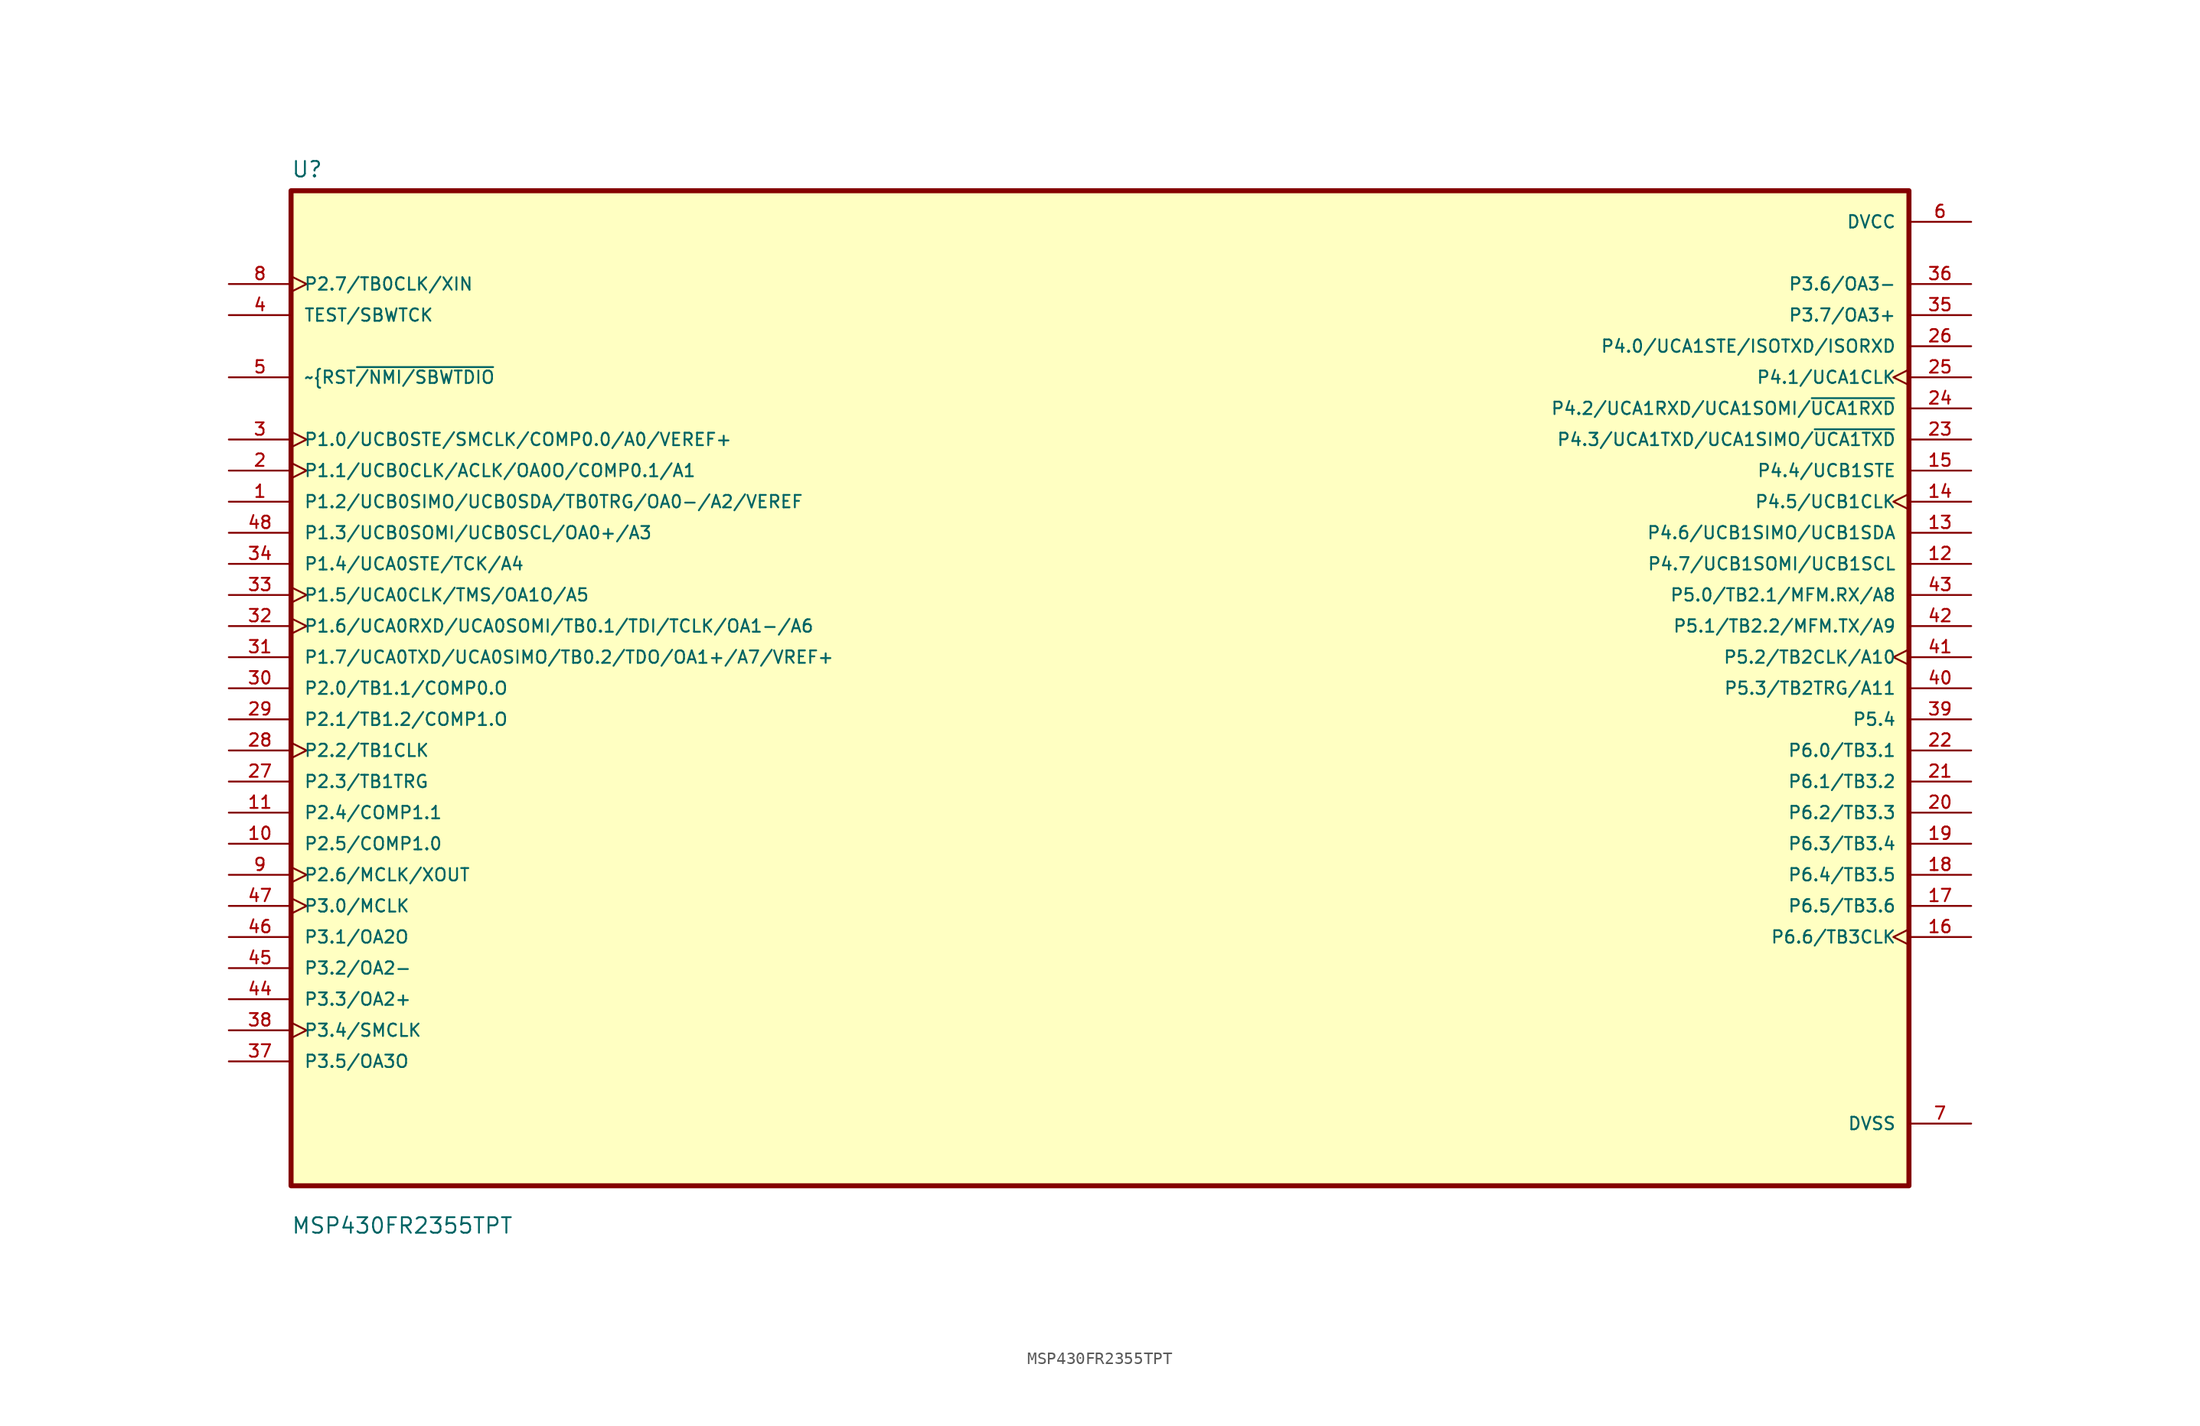
<source format=kicad_sym>
(kicad_symbol_lib
  (version 20211014)
  (generator kicad_symbol_editor)
  (symbol "MSP430FR2355TPT"
    (pin_names
      (offset 1.016))
    (property "Reference" "U"
      (at -66.04 41.64 0)
      (effects (font (size 1.27 1.27)) (justify left bottom)))
    (property "Value" "MSP430FR2355TPT"
      (at -66.04 -44.64 0)
      (effects (font (size 1.27 1.27)) (justify left bottom)))
    (symbol "MSP430FR2355TPT_0_0"
      (rectangle (start -66.04 -40.64) (end 66.04 40.64) (stroke (width 0.41) (type default) (color 0 0 0 0)) (fill (type background)))
      (pin bidirectional line (at -71.12 15.24 0) (length 5.08) (name "P1.2/UCB0SIMO/UCB0SDA/TB0TRG/OA0-/A2/VEREF" (effects (font (size 1.016 1.016)))) (number "1" (effects (font (size 1.016 1.016)))))
      (pin bidirectional line (at -71.12 -12.7 0) (length 5.08) (name "P2.5/COMP1.0" (effects (font (size 1.016 1.016)))) (number "10" (effects (font (size 1.016 1.016)))))
      (pin bidirectional line (at -71.12 -10.16 0) (length 5.08) (name "P2.4/COMP1.1" (effects (font (size 1.016 1.016)))) (number "11" (effects (font (size 1.016 1.016)))))
      (pin bidirectional line (at 71.12 10.16 180) (length 5.08) (name "P4.7/UCB1SOMI/UCB1SCL" (effects (font (size 1.016 1.016)))) (number "12" (effects (font (size 1.016 1.016)))))
      (pin bidirectional line (at 71.12 12.7 180) (length 5.08) (name "P4.6/UCB1SIMO/UCB1SDA" (effects (font (size 1.016 1.016)))) (number "13" (effects (font (size 1.016 1.016)))))
      (pin bidirectional clock (at 71.12 15.24 180) (length 5.08) (name "P4.5/UCB1CLK" (effects (font (size 1.016 1.016)))) (number "14" (effects (font (size 1.016 1.016)))))
      (pin bidirectional line (at 71.12 17.78 180) (length 5.08) (name "P4.4/UCB1STE" (effects (font (size 1.016 1.016)))) (number "15" (effects (font (size 1.016 1.016)))))
      (pin bidirectional clock (at 71.12 -20.32 180) (length 5.08) (name "P6.6/TB3CLK" (effects (font (size 1.016 1.016)))) (number "16" (effects (font (size 1.016 1.016)))))
      (pin bidirectional line (at 71.12 -17.78 180) (length 5.08) (name "P6.5/TB3.6" (effects (font (size 1.016 1.016)))) (number "17" (effects (font (size 1.016 1.016)))))
      (pin bidirectional line (at 71.12 -15.24 180) (length 5.08) (name "P6.4/TB3.5" (effects (font (size 1.016 1.016)))) (number "18" (effects (font (size 1.016 1.016)))))
      (pin bidirectional line (at 71.12 -12.7 180) (length 5.08) (name "P6.3/TB3.4" (effects (font (size 1.016 1.016)))) (number "19" (effects (font (size 1.016 1.016)))))
      (pin bidirectional clock (at -71.12 17.78 0) (length 5.08) (name "P1.1/UCB0CLK/ACLK/OA0O/COMP0.1/A1" (effects (font (size 1.016 1.016)))) (number "2" (effects (font (size 1.016 1.016)))))
      (pin bidirectional line (at 71.12 -10.16 180) (length 5.08) (name "P6.2/TB3.3" (effects (font (size 1.016 1.016)))) (number "20" (effects (font (size 1.016 1.016)))))
      (pin bidirectional line (at 71.12 -7.62 180) (length 5.08) (name "P6.1/TB3.2" (effects (font (size 1.016 1.016)))) (number "21" (effects (font (size 1.016 1.016)))))
      (pin bidirectional line (at 71.12 -5.08 180) (length 5.08) (name "P6.0/TB3.1" (effects (font (size 1.016 1.016)))) (number "22" (effects (font (size 1.016 1.016)))))
      (pin bidirectional line (at 71.12 20.32 180) (length 5.08) (name "P4.3/UCA1TXD/UCA1SIMO/~{UCA1TXD}" (effects (font (size 1.016 1.016)))) (number "23" (effects (font (size 1.016 1.016)))))
      (pin bidirectional line (at 71.12 22.86 180) (length 5.08) (name "P4.2/UCA1RXD/UCA1SOMI/~{UCA1RXD}" (effects (font (size 1.016 1.016)))) (number "24" (effects (font (size 1.016 1.016)))))
      (pin bidirectional clock (at 71.12 25.4 180) (length 5.08) (name "P4.1/UCA1CLK" (effects (font (size 1.016 1.016)))) (number "25" (effects (font (size 1.016 1.016)))))
      (pin bidirectional line (at 71.12 27.94 180) (length 5.08) (name "P4.0/UCA1STE/ISOTXD/ISORXD" (effects (font (size 1.016 1.016)))) (number "26" (effects (font (size 1.016 1.016)))))
      (pin bidirectional line (at -71.12 -7.62 0) (length 5.08) (name "P2.3/TB1TRG" (effects (font (size 1.016 1.016)))) (number "27" (effects (font (size 1.016 1.016)))))
      (pin bidirectional clock (at -71.12 -5.08 0) (length 5.08) (name "P2.2/TB1CLK" (effects (font (size 1.016 1.016)))) (number "28" (effects (font (size 1.016 1.016)))))
      (pin bidirectional line (at -71.12 -2.54 0) (length 5.08) (name "P2.1/TB1.2/COMP1.O" (effects (font (size 1.016 1.016)))) (number "29" (effects (font (size 1.016 1.016)))))
      (pin bidirectional clock (at -71.12 20.32 0) (length 5.08) (name "P1.0/UCB0STE/SMCLK/COMP0.0/A0/VEREF+" (effects (font (size 1.016 1.016)))) (number "3" (effects (font (size 1.016 1.016)))))
      (pin bidirectional line (at -71.12 0 0) (length 5.08) (name "P2.0/TB1.1/COMP0.O" (effects (font (size 1.016 1.016)))) (number "30" (effects (font (size 1.016 1.016)))))
      (pin bidirectional line (at -71.12 2.54 0) (length 5.08) (name "P1.7/UCA0TXD/UCA0SIMO/TB0.2/TDO/OA1+/A7/VREF+" (effects (font (size 1.016 1.016)))) (number "31" (effects (font (size 1.016 1.016)))))
      (pin bidirectional clock (at -71.12 5.08 0) (length 5.08) (name "P1.6/UCA0RXD/UCA0SOMI/TB0.1/TDI/TCLK/OA1-/A6" (effects (font (size 1.016 1.016)))) (number "32" (effects (font (size 1.016 1.016)))))
      (pin bidirectional clock (at -71.12 7.62 0) (length 5.08) (name "P1.5/UCA0CLK/TMS/OA1O/A5" (effects (font (size 1.016 1.016)))) (number "33" (effects (font (size 1.016 1.016)))))
      (pin bidirectional line (at -71.12 10.16 0) (length 5.08) (name "P1.4/UCA0STE/TCK/A4" (effects (font (size 1.016 1.016)))) (number "34" (effects (font (size 1.016 1.016)))))
      (pin bidirectional line (at 71.12 30.48 180) (length 5.08) (name "P3.7/OA3+" (effects (font (size 1.016 1.016)))) (number "35" (effects (font (size 1.016 1.016)))))
      (pin bidirectional line (at 71.12 33.02 180) (length 5.08) (name "P3.6/OA3-" (effects (font (size 1.016 1.016)))) (number "36" (effects (font (size 1.016 1.016)))))
      (pin bidirectional line (at -71.12 -30.48 0) (length 5.08) (name "P3.5/OA3O" (effects (font (size 1.016 1.016)))) (number "37" (effects (font (size 1.016 1.016)))))
      (pin bidirectional clock (at -71.12 -27.94 0) (length 5.08) (name "P3.4/SMCLK" (effects (font (size 1.016 1.016)))) (number "38" (effects (font (size 1.016 1.016)))))
      (pin bidirectional line (at 71.12 -2.54 180) (length 5.08) (name "P5.4" (effects (font (size 1.016 1.016)))) (number "39" (effects (font (size 1.016 1.016)))))
      (pin input line (at -71.12 30.48 0) (length 5.08) (name "TEST/SBWTCK" (effects (font (size 1.016 1.016)))) (number "4" (effects (font (size 1.016 1.016)))))
      (pin bidirectional line (at 71.12 0 180) (length 5.08) (name "P5.3/TB2TRG/A11" (effects (font (size 1.016 1.016)))) (number "40" (effects (font (size 1.016 1.016)))))
      (pin bidirectional clock (at 71.12 2.54 180) (length 5.08) (name "P5.2/TB2CLK/A10" (effects (font (size 1.016 1.016)))) (number "41" (effects (font (size 1.016 1.016)))))
      (pin bidirectional line (at 71.12 5.08 180) (length 5.08) (name "P5.1/TB2.2/MFM.TX/A9" (effects (font (size 1.016 1.016)))) (number "42" (effects (font (size 1.016 1.016)))))
      (pin bidirectional line (at 71.12 7.62 180) (length 5.08) (name "P5.0/TB2.1/MFM.RX/A8" (effects (font (size 1.016 1.016)))) (number "43" (effects (font (size 1.016 1.016)))))
      (pin bidirectional line (at -71.12 -25.4 0) (length 5.08) (name "P3.3/OA2+" (effects (font (size 1.016 1.016)))) (number "44" (effects (font (size 1.016 1.016)))))
      (pin bidirectional line (at -71.12 -22.86 0) (length 5.08) (name "P3.2/OA2-" (effects (font (size 1.016 1.016)))) (number "45" (effects (font (size 1.016 1.016)))))
      (pin bidirectional line (at -71.12 -20.32 0) (length 5.08) (name "P3.1/OA2O" (effects (font (size 1.016 1.016)))) (number "46" (effects (font (size 1.016 1.016)))))
      (pin bidirectional clock (at -71.12 -17.78 0) (length 5.08) (name "P3.0/MCLK" (effects (font (size 1.016 1.016)))) (number "47" (effects (font (size 1.016 1.016)))))
      (pin bidirectional line (at -71.12 12.7 0) (length 5.08) (name "P1.3/UCB0SOMI/UCB0SCL/OA0+/A3" (effects (font (size 1.016 1.016)))) (number "48" (effects (font (size 1.016 1.016)))))
      (pin bidirectional line (at -71.12 25.4 0) (length 5.08) (name "~{RST~{/NMI/SBWTDIO}" (effects (font (size 1.016 1.016)))) (number "5" (effects (font (size 1.016 1.016)))))
      (pin power_in line (at 71.12 38.1 180) (length 5.08) (name "DVCC" (effects (font (size 1.016 1.016)))) (number "6" (effects (font (size 1.016 1.016)))))
      (pin power_in line (at 71.12 -35.56 180) (length 5.08) (name "DVSS" (effects (font (size 1.016 1.016)))) (number "7" (effects (font (size 1.016 1.016)))))
      (pin input clock (at -71.12 33.02 0) (length 5.08) (name "P2.7/TB0CLK/XIN" (effects (font (size 1.016 1.016)))) (number "8" (effects (font (size 1.016 1.016)))))
      (pin bidirectional clock (at -71.12 -15.24 0) (length 5.08) (name "P2.6/MCLK/XOUT" (effects (font (size 1.016 1.016)))) (number "9" (effects (font (size 1.016 1.016))))))))
</source>
